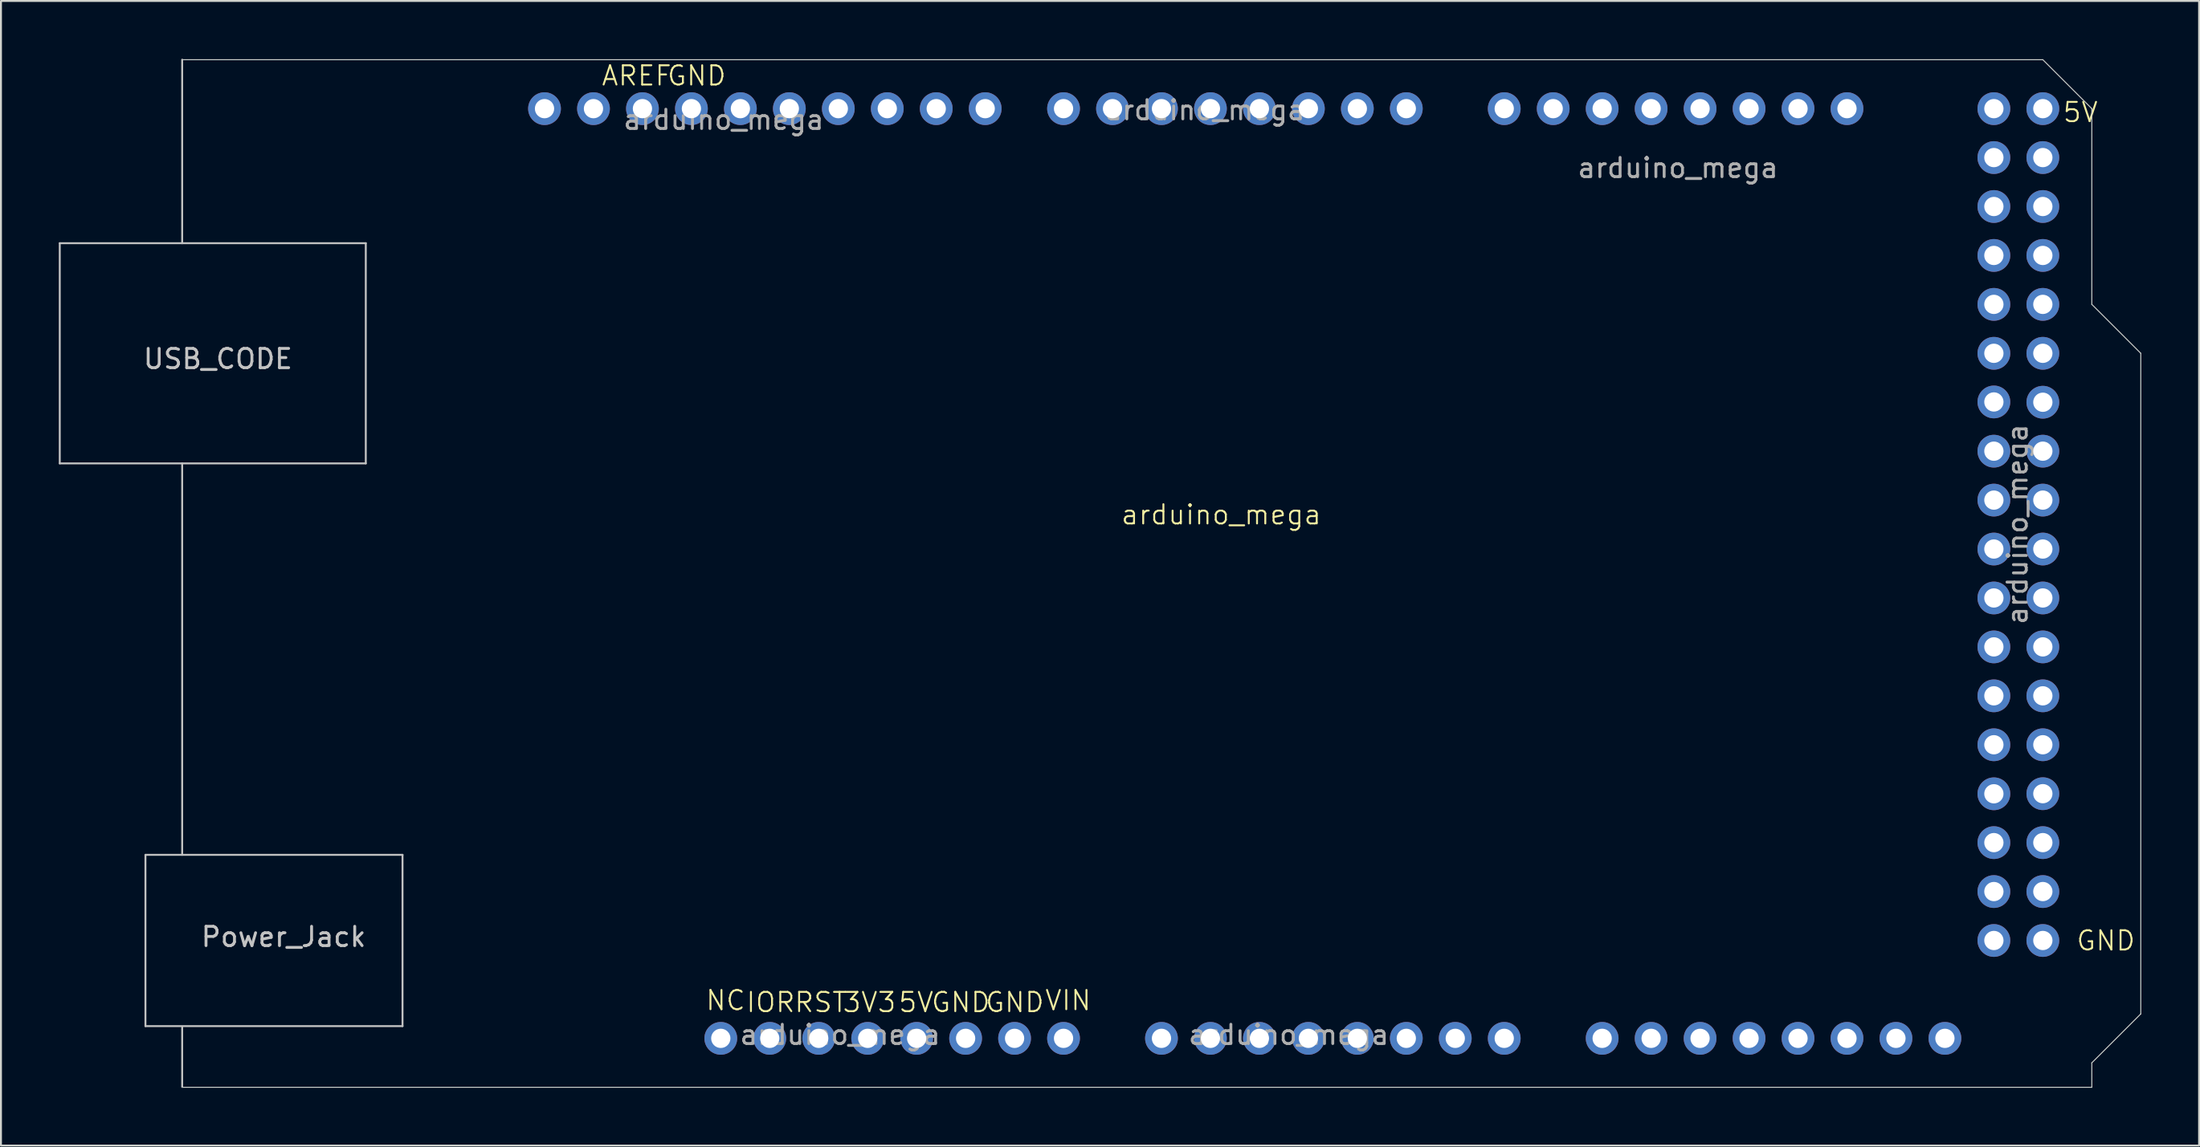
<source format=kicad_pcb>
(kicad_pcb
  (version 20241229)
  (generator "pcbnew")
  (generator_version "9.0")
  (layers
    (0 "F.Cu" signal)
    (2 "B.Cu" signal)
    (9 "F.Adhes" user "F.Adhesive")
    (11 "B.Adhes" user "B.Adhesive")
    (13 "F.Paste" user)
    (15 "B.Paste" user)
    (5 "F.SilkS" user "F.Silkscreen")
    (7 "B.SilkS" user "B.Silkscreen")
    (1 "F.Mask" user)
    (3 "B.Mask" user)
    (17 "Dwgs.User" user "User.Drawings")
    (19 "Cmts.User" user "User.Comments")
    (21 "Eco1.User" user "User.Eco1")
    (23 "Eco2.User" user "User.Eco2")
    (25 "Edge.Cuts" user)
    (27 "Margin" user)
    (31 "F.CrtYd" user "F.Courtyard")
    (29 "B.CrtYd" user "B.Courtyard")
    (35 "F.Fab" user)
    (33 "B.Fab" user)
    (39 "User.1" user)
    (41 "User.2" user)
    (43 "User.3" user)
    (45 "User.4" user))
  (footprint "arduino_mega"
    (layer "F.Cu")
    (at 60.3 24.165)
    (property "Reference" "arduino_mega" (at 0 -0.5 0) (unlocked yes) (layer "F.SilkS") (effects (font (size 1 1) (thickness 0.1))))
    (attr smd)
    (fp_line (start -60.25 -14.59) (end -44.375 -14.59) (stroke (width 0.1) (type default)) (layer "Dwgs.User"))
    (fp_line (start -60.25 -3.16) (end -60.25 -14.59) (stroke (width 0.1) (type default)) (layer "Dwgs.User"))
    (fp_line (start -60.25 -3.16) (end -44.375 -3.16) (stroke (width 0.1) (type default)) (layer "Dwgs.User"))
    (fp_line (start -55.805 17.16) (end -55.805 26.05) (stroke (width 0.1) (type default)) (layer "Dwgs.User"))
    (fp_line (start -55.805 17.16) (end -42.47 17.16) (stroke (width 0.1) (type default)) (layer "Dwgs.User"))
    (fp_line (start -55.805 26.05) (end -42.47 26.05) (stroke (width 0.1) (type default)) (layer "Dwgs.User"))
    (fp_line (start -53.9 -24.115) (end -53.9 -14.59) (stroke (width 0.1) (type default)) (layer "Dwgs.User"))
    (fp_line (start -53.9 -3.16) (end -53.9 17.16) (stroke (width 0.1) (type default)) (layer "Dwgs.User"))
    (fp_line (start -53.9 29.2) (end -53.9 26.1) (stroke (width 0.1) (type default)) (layer "Dwgs.User"))
    (fp_line (start -44.375 -3.16) (end -44.375 -14.59) (stroke (width 0.1) (type default)) (layer "Dwgs.User"))
    (fp_line (start -42.47 17.16) (end -42.47 26.05) (stroke (width 0.1) (type default)) (layer "Dwgs.User"))
    (fp_line (start -53.9 -24.115) (end 42.62 -24.115) (stroke (width 0.05) (type default)) (layer "Edge.Cuts"))
    (fp_line (start -53.9 29.225) (end 45.16 29.225) (stroke (width 0.05) (type default)) (layer "Edge.Cuts"))
    (fp_line (start 45.16 -21.575) (end 42.62 -24.115) (stroke (width 0.05) (type default)) (layer "Edge.Cuts"))
    (fp_line (start 45.16 -21.575) (end 45.16 -11.415) (stroke (width 0.05) (type default)) (layer "Edge.Cuts"))
    (fp_line (start 45.16 27.955) (end 47.7 25.415) (stroke (width 0.05) (type default)) (layer "Edge.Cuts"))
    (fp_line (start 45.16 29.225) (end 45.16 27.955) (stroke (width 0.05) (type default)) (layer "Edge.Cuts"))
    (fp_line (start 47.7 -8.875) (end 45.16 -11.415) (stroke (width 0.05) (type default)) (layer "Edge.Cuts"))
    (fp_line (start 47.7 25.415) (end 47.7 -8.875) (stroke (width 0.05) (type default)) (layer "Edge.Cuts"))
    (fp_text user "3V3" (at -19.7 25.4 0) (unlocked yes) (layer "F.SilkS") (effects (font (size 1 1) (thickness 0.1)) (justify left bottom)))
    (fp_text user "AREF" (at -32.2 -22.7 0) (unlocked yes) (layer "F.SilkS") (effects (font (size 1 1) (thickness 0.1)) (justify left bottom)))
    (fp_text user "IOR" (at -24.7 25.4 0) (unlocked yes) (layer "F.SilkS") (effects (font (size 1 1) (thickness 0.1)) (justify left bottom)))
    (fp_text user "RST" (at -22.2 25.4 0) (unlocked yes) (layer "F.SilkS") (effects (font (size 1 1) (thickness 0.1)) (justify left bottom)))
    (fp_text user "GND" (at 44.3 22.2 0) (unlocked yes) (layer "F.SilkS") (effects (font (size 1 1) (thickness 0.1)) (justify left bottom)))
    (fp_text user "GND" (at -28.8 -22.7 0) (unlocked yes) (layer "F.SilkS") (effects (font (size 1 1) (thickness 0.1)) (justify left bottom)))
    (fp_text user "5V" (at 43.6 -20.8 0) (unlocked yes) (layer "F.SilkS") (effects (font (size 1 1) (thickness 0.1)) (justify left bottom)))
    (fp_text user "VIN" (at -9.2 25.3 0) (unlocked yes) (layer "F.SilkS") (effects (font (size 1 1) (thickness 0.1)) (justify left bottom)))
    (fp_text user "GND" (at -12.3 25.4 0) (unlocked yes) (layer "F.SilkS") (effects (font (size 1 1) (thickness 0.1)) (justify left bottom)))
    (fp_text user "5V" (at -16.8 25.4 0) (unlocked yes) (layer "F.SilkS") (effects (font (size 1 1) (thickness 0.1)) (justify left bottom)))
    (fp_text user "GND" (at -15.1 25.4 0) (unlocked yes) (layer "F.SilkS") (effects (font (size 1 1) (thickness 0.1)) (justify left bottom)))
    (fp_text user "NC" (at -26.8 25.3 0) (unlocked yes) (layer "F.SilkS") (effects (font (size 1 1) (thickness 0.1)) (justify left bottom)))
    (fp_text user "Power_Jack" (at -53 22 0) (unlocked yes) (layer "Dwgs.User") (effects (font (size 1 1) (thickness 0.15)) (justify left bottom)))
    (fp_text user "USB_CODE" (at -56 -8 0) (unlocked yes) (layer "Dwgs.User") (effects (font (size 1 1) (thickness 0.15)) (justify left bottom)))
    (fp_text user "${REFERENCE}" (at -0.85 -21.5 180) (layer "F.Fab") (effects (font (size 1 1) (thickness 0.15))))
    (fp_text user "${REFERENCE}" (at 3.5 26.5 180) (layer "F.Fab") (effects (font (size 1 1) (thickness 0.15))))
    (fp_text user "${REFERENCE}" (at 23.69 -18.5 180) (layer "F.Fab") (effects (font (size 1 1) (thickness 0.15))))
    (fp_text user "${REFERENCE}" (at -25.81 -21 180) (layer "F.Fab") (effects (font (size 1 1) (thickness 0.15))))
    (fp_text user "${REFERENCE}" (at 41.305 0 270) (layer "F.Fab") (effects (font (size 1 1) (thickness 0.15))))
    (fp_text user "${REFERENCE}" (at -19.77 26.5 180) (layer "F.Fab") (effects (font (size 1 1) (thickness 0.15))))
    (pad "0" thru_hole oval (at 9.6 -21.575 90) (size 1.7 1.7) (drill 1) (layers "*.Cu" "*.Mask"))
    (pad "1" thru_hole oval (at 7.06 -21.575 90) (size 1.7 1.7) (drill 1) (layers "*.Cu" "*.Mask"))
    (pad "2" thru_hole oval (at 4.52 -21.575 90) (size 1.7 1.7) (drill 1) (layers "*.Cu" "*.Mask"))
    (pad "3" thru_hole oval (at 1.98 -21.575 90) (size 1.7 1.7) (drill 1) (layers "*.Cu" "*.Mask"))
    (pad "4" thru_hole oval (at -0.56 -21.575 90) (size 1.7 1.7) (drill 1) (layers "*.Cu" "*.Mask"))
    (pad "5" thru_hole oval (at -3.1 -21.575 90) (size 1.7 1.7) (drill 1) (layers "*.Cu" "*.Mask"))
    (pad "6" thru_hole oval (at -5.64 -21.575 90) (size 1.7 1.7) (drill 1) (layers "*.Cu" "*.Mask"))
    (pad "7" thru_hole oval (at -8.18 -21.575 90) (size 1.7 1.7) (drill 1) (layers "*.Cu" "*.Mask"))
    (pad "8" thru_hole oval (at -12.244 -21.575 90) (size 1.7 1.7) (drill 1) (layers "*.Cu" "*.Mask"))
    (pad "9" thru_hole oval (at -14.784 -21.575 90) (size 1.7 1.7) (drill 1) (layers "*.Cu" "*.Mask"))
    (pad "10" thru_hole oval (at -17.324 -21.575 90) (size 1.7 1.7) (drill 1) (layers "*.Cu" "*.Mask"))
    (pad "11" thru_hole oval (at -19.864 -21.575 90) (size 1.7 1.7) (drill 1) (layers "*.Cu" "*.Mask"))
    (pad "12" thru_hole oval (at -22.404 -21.575 90) (size 1.7 1.7) (drill 1) (layers "*.Cu" "*.Mask"))
    (pad "13" thru_hole oval (at -24.944 -21.575 90) (size 1.7 1.7) (drill 1) (layers "*.Cu" "*.Mask"))
    (pad "14" thru_hole circle (at 14.68 -21.575 90) (size 1.7 1.7) (drill 1) (layers "*.Cu" "*.Mask"))
    (pad "15" thru_hole oval (at 17.22 -21.575 90) (size 1.7 1.7) (drill 1) (layers "*.Cu" "*.Mask"))
    (pad "16" thru_hole oval (at 19.76 -21.575 90) (size 1.7 1.7) (drill 1) (layers "*.Cu" "*.Mask"))
    (pad "17" thru_hole oval (at 22.3 -21.575 90) (size 1.7 1.7) (drill 1) (layers "*.Cu" "*.Mask"))
    (pad "18" thru_hole oval (at 24.84 -21.575 90) (size 1.7 1.7) (drill 1) (layers "*.Cu" "*.Mask"))
    (pad "19" thru_hole oval (at 27.38 -21.575 90) (size 1.7 1.7) (drill 1) (layers "*.Cu" "*.Mask"))
    (pad "20" thru_hole circle (at -32.564 -21.575 90) (size 1.7 1.7) (drill 1) (layers "*.Cu" "*.Mask"))
    (pad "20" thru_hole oval (at 29.92 -21.575 90) (size 1.7 1.7) (drill 1) (layers "*.Cu" "*.Mask"))
    (pad "21" thru_hole circle (at -35.104 -21.575 90) (size 1.7 1.7) (drill 1) (layers "*.Cu" "*.Mask"))
    (pad "21" thru_hole oval (at 32.46 -21.575 90) (size 1.7 1.7) (drill 1) (layers "*.Cu" "*.Mask"))
    (pad "22" thru_hole oval (at 40.08 -19.035 180) (size 1.7 1.7) (drill 1) (layers "*.Cu" "*.Mask"))
    (pad "23" thru_hole oval (at 42.62 -19.035 180) (size 1.7 1.7) (drill 1) (layers "*.Cu" "*.Mask"))
    (pad "24" thru_hole oval (at 40.08 -16.495 180) (size 1.7 1.7) (drill 1) (layers "*.Cu" "*.Mask"))
    (pad "25" thru_hole oval (at 42.62 -16.495 180) (size 1.7 1.7) (drill 1) (layers "*.Cu" "*.Mask"))
    (pad "26" thru_hole oval (at 40.08 -13.955 180) (size 1.7 1.7) (drill 1) (layers "*.Cu" "*.Mask"))
    (pad "27" thru_hole oval (at 42.62 -13.955 180) (size 1.7 1.7) (drill 1) (layers "*.Cu" "*.Mask"))
    (pad "28" thru_hole oval (at 40.08 -11.415 180) (size 1.7 1.7) (drill 1) (layers "*.Cu" "*.Mask"))
    (pad "29" thru_hole oval (at 42.62 -11.415 180) (size 1.7 1.7) (drill 1) (layers "*.Cu" "*.Mask"))
    (pad "30" thru_hole oval (at 40.08 -8.875 180) (size 1.7 1.7) (drill 1) (layers "*.Cu" "*.Mask"))
    (pad "31" thru_hole oval (at 42.62 -8.875 180) (size 1.7 1.7) (drill 1) (layers "*.Cu" "*.Mask"))
    (pad "32" thru_hole oval (at 40.08 -6.35 180) (size 1.7 1.7) (drill 1) (layers "*.Cu" "*.Mask"))
    (pad "33" thru_hole oval (at 42.62 -6.335 180) (size 1.7 1.7) (drill 1) (layers "*.Cu" "*.Mask"))
    (pad "34" thru_hole oval (at 40.08 -3.795 180) (size 1.7 1.7) (drill 1) (layers "*.Cu" "*.Mask"))
    (pad "35" thru_hole oval (at 42.62 -3.795 180) (size 1.7 1.7) (drill 1) (layers "*.Cu" "*.Mask"))
    (pad "36" thru_hole oval (at 40.08 -1.255 180) (size 1.7 1.7) (drill 1) (layers "*.Cu" "*.Mask"))
    (pad "37" thru_hole oval (at 42.62 -1.255 180) (size 1.7 1.7) (drill 1) (layers "*.Cu" "*.Mask"))
    (pad "38" thru_hole oval (at 40.08 1.285 180) (size 1.7 1.7) (drill 1) (layers "*.Cu" "*.Mask"))
    (pad "39" thru_hole oval (at 42.62 1.285 180) (size 1.7 1.7) (drill 1) (layers "*.Cu" "*.Mask"))
    (pad "40" thru_hole oval (at 40.08 3.825 180) (size 1.7 1.7) (drill 1) (layers "*.Cu" "*.Mask"))
    (pad "41" thru_hole oval (at 42.62 3.825 180) (size 1.7 1.7) (drill 1) (layers "*.Cu" "*.Mask"))
    (pad "42" thru_hole oval (at 40.08 6.365 180) (size 1.7 1.7) (drill 1) (layers "*.Cu" "*.Mask"))
    (pad "43" thru_hole oval (at 42.62 6.365 180) (size 1.7 1.7) (drill 1) (layers "*.Cu" "*.Mask"))
    (pad "44" thru_hole oval (at 40.08 8.905 180) (size 1.7 1.7) (drill 1) (layers "*.Cu" "*.Mask"))
    (pad "45" thru_hole oval (at 42.62 8.905 180) (size 1.7 1.7) (drill 1) (layers "*.Cu" "*.Mask"))
    (pad "46" thru_hole oval (at 40.08 11.445 180) (size 1.7 1.7) (drill 1) (layers "*.Cu" "*.Mask"))
    (pad "47" thru_hole oval (at 42.62 11.445 180) (size 1.7 1.7) (drill 1) (layers "*.Cu" "*.Mask"))
    (pad "48" thru_hole oval (at 40.08 13.99 180) (size 1.7 1.7) (drill 1) (layers "*.Cu" "*.Mask"))
    (pad "49" thru_hole oval (at 42.62 13.985 180) (size 1.7 1.7) (drill 1) (layers "*.Cu" "*.Mask"))
    (pad "50" thru_hole oval (at 40.08 16.525 180) (size 1.7 1.7) (drill 1) (layers "*.Cu" "*.Mask"))
    (pad "51" thru_hole oval (at 42.62 16.525 180) (size 1.7 1.7) (drill 1) (layers "*.Cu" "*.Mask"))
    (pad "52" thru_hole oval (at 40.08 19.065 180) (size 1.7 1.7) (drill 1) (layers "*.Cu" "*.Mask"))
    (pad "53" thru_hole oval (at 42.62 19.065 180) (size 1.7 1.7) (drill 1) (layers "*.Cu" "*.Mask"))
    (pad "54" thru_hole circle (at -3.1 26.685 90) (size 1.7 1.7) (drill 1) (layers "*.Cu" "*.Mask"))
    (pad "55" thru_hole oval (at -0.56 26.685 90) (size 1.7 1.7) (drill 1) (layers "*.Cu" "*.Mask"))
    (pad "56" thru_hole oval (at 1.98 26.685 90) (size 1.7 1.7) (drill 1) (layers "*.Cu" "*.Mask"))
    (pad "57" thru_hole oval (at 4.52 26.685 90) (size 1.7 1.7) (drill 1) (layers "*.Cu" "*.Mask"))
    (pad "58" thru_hole oval (at 7.06 26.685 90) (size 1.7 1.7) (drill 1) (layers "*.Cu" "*.Mask"))
    (pad "59" thru_hole oval (at 9.6 26.685 90) (size 1.7 1.7) (drill 1) (layers "*.Cu" "*.Mask"))
    (pad "60" thru_hole oval (at 12.14 26.685 90) (size 1.7 1.7) (drill 1) (layers "*.Cu" "*.Mask"))
    (pad "61" thru_hole oval (at 14.68 26.685 90) (size 1.7 1.7) (drill 1) (layers "*.Cu" "*.Mask"))
    (pad "62" thru_hole circle (at 19.76 26.685 90) (size 1.7 1.7) (drill 1) (layers "*.Cu" "*.Mask"))
    (pad "63" thru_hole oval (at 22.3 26.685 90) (size 1.7 1.7) (drill 1) (layers "*.Cu" "*.Mask"))
    (pad "64" thru_hole oval (at 24.84 26.685 90) (size 1.7 1.7) (drill 1) (layers "*.Cu" "*.Mask"))
    (pad "65" thru_hole oval (at 27.38 26.685 90) (size 1.7 1.7) (drill 1) (layers "*.Cu" "*.Mask"))
    (pad "66" thru_hole oval (at 29.92 26.685 90) (size 1.7 1.7) (drill 1) (layers "*.Cu" "*.Mask"))
    (pad "67" thru_hole oval (at 32.46 26.685 90) (size 1.7 1.7) (drill 1) (layers "*.Cu" "*.Mask"))
    (pad "68" thru_hole oval (at 35 26.685 90) (size 1.7 1.7) (drill 1) (layers "*.Cu" "*.Mask"))
    (pad "69" thru_hole oval (at 37.54 26.685 90) (size 1.7 1.7) (drill 1) (layers "*.Cu" "*.Mask"))
    (pad "100" thru_hole oval (at -27.484 -21.575 90) (size 1.7 1.7) (drill 1) (layers "*.Cu" "*.Mask"))
    (pad "100" thru_hole oval (at -13.26 26.685 90) (size 1.7 1.7) (drill 1) (layers "*.Cu" "*.Mask"))
    (pad "100" thru_hole oval (at -10.72 26.685 90) (size 1.7 1.7) (drill 1) (layers "*.Cu" "*.Mask"))
    (pad "100" thru_hole oval (at 40.08 21.605 180) (size 1.7 1.7) (drill 1) (layers "*.Cu" "*.Mask"))
    (pad "100" thru_hole circle (at 42.62 21.605 180) (size 1.7 1.7) (drill 1) (layers "*.Cu" "*.Mask"))
    (pad "101" thru_hole oval (at -15.8 26.685 90) (size 1.7 1.7) (drill 1) (layers "*.Cu" "*.Mask"))
    (pad "101" thru_hole oval (at 40.08 -21.575 180) (size 1.7 1.7) (drill 1) (layers "*.Cu" "*.Mask"))
    (pad "101" thru_hole oval (at 42.62 -21.575 180) (size 1.7 1.7) (drill 1) (layers "*.Cu" "*.Mask"))
    (pad "102" thru_hole circle (at -30.024 -21.575 90) (size 1.7 1.7) (drill 1) (layers "*.Cu" "*.Mask"))
    (pad "103" thru_hole oval (at -8.18 26.685 90) (size 1.7 1.7) (drill 1) (layers "*.Cu" "*.Mask"))
    (pad "104" thru_hole oval (at -18.34 26.685 90) (size 1.7 1.7) (drill 1) (layers "*.Cu" "*.Mask"))
    (pad "105" thru_hole oval (at -20.88 26.685 90) (size 1.7 1.7) (drill 1) (layers "*.Cu" "*.Mask"))
    (pad "106" thru_hole oval (at -23.42 26.685 90) (size 1.7 1.7) (drill 1) (layers "*.Cu" "*.Mask"))
    (pad "107" thru_hole circle (at -25.96 26.685 90) (size 1.7 1.7) (drill 1) (layers "*.Cu" "*.Mask")))
  (gr_rect
    (start -3 -3)
    (end 111.025 56.415)
    (stroke (width 0.1) (type default))
    (fill no)
    (layer "Edge.Cuts")))
</source>
